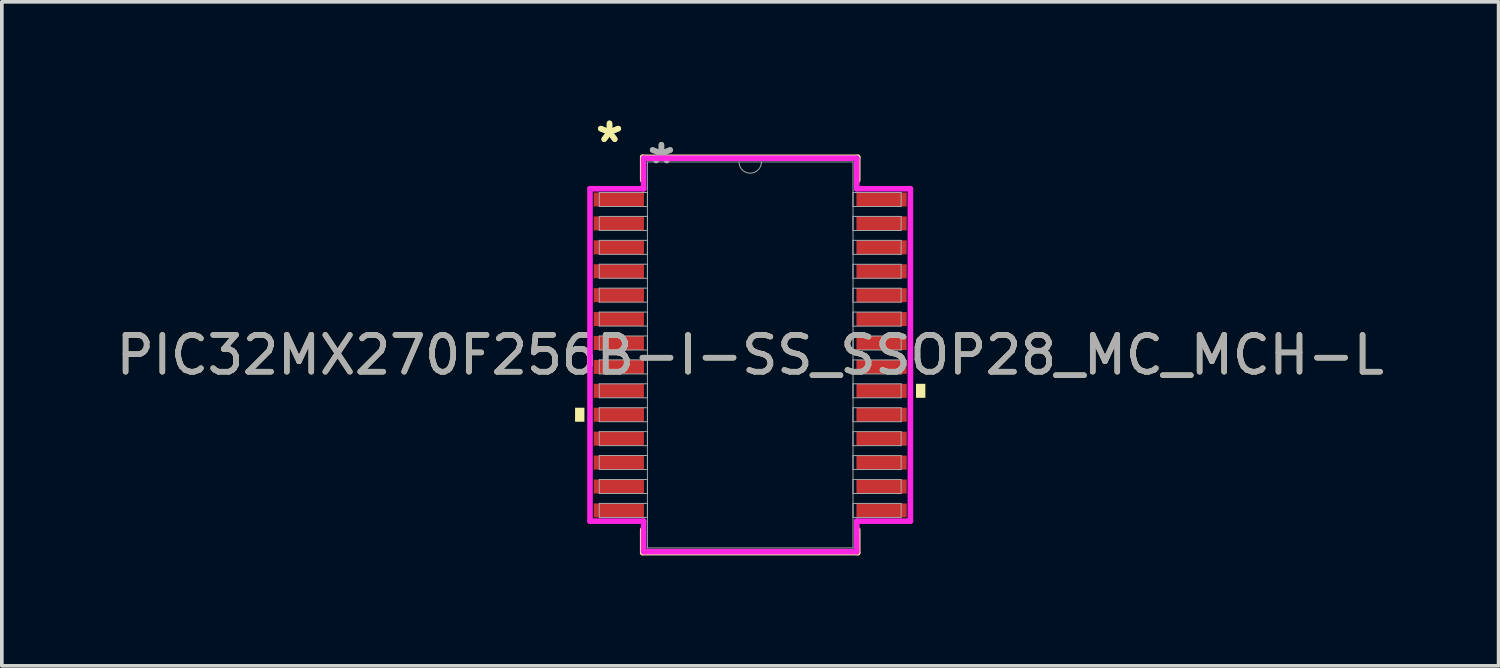
<source format=kicad_pcb>
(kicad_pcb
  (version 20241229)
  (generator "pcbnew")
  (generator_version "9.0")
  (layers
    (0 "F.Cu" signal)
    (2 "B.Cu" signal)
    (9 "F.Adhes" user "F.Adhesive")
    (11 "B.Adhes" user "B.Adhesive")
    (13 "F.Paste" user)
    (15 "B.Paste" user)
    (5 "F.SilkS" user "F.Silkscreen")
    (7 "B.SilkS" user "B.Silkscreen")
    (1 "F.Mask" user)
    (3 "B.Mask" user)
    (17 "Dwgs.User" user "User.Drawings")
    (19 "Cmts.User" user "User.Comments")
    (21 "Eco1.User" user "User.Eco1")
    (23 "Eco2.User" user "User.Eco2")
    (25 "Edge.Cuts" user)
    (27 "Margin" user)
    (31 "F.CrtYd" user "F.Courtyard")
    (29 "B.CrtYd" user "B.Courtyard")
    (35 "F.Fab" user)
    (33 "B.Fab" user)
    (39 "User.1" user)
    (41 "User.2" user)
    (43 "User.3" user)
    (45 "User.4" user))
  (footprint "PIC32MX270F256B-I-SS_SSOP28_MC_MCH-L"
    (layer "F.Cu")
    (at 17.339 6.597)
    (property "Reference" "PIC32MX270F256B-I-SS_SSOP28_MC_MCH-L" (at 0 0 0) (unlocked yes) (layer "F.SilkS") (effects (font (size 1 1) (thickness 0.15))))
    (attr smd)
    (fp_line (start -2.921 -5.372) (end -2.921 -4.748) (stroke (width 0.152) (type solid)) (layer "F.SilkS"))
    (fp_line (start -2.921 4.748) (end -2.921 5.372) (stroke (width 0.152) (type solid)) (layer "F.SilkS"))
    (fp_line (start -2.921 5.372) (end 2.921 5.372) (stroke (width 0.152) (type solid)) (layer "F.SilkS"))
    (fp_line (start 2.921 -5.372) (end -2.921 -5.372) (stroke (width 0.152) (type solid)) (layer "F.SilkS"))
    (fp_line (start 2.921 -4.748) (end 2.921 -5.372) (stroke (width 0.152) (type solid)) (layer "F.SilkS"))
    (fp_line (start 2.921 5.372) (end 2.921 4.748) (stroke (width 0.152) (type solid)) (layer "F.SilkS"))
    (fp_poly (pts (xy -4.76 1.434) (xy -4.76 1.815) (xy -4.506 1.815) (xy -4.506 1.434)) (stroke (width 0) (type solid)) (fill yes) (layer "F.SilkS"))
    (fp_poly (pts (xy 4.76 0.784) (xy 4.76 1.165) (xy 4.506 1.165) (xy 4.506 0.784)) (stroke (width 0) (type solid)) (fill yes) (layer "F.SilkS"))
    (fp_line (start -4.354 -4.517) (end -2.896 -4.517) (stroke (width 0.152) (type solid)) (layer "F.CrtYd"))
    (fp_line (start -4.354 4.517) (end -4.354 -4.517) (stroke (width 0.152) (type solid)) (layer "F.CrtYd"))
    (fp_line (start -4.354 4.517) (end -2.896 4.517) (stroke (width 0.152) (type solid)) (layer "F.CrtYd"))
    (fp_line (start -2.896 -5.347) (end 2.896 -5.347) (stroke (width 0.152) (type solid)) (layer "F.CrtYd"))
    (fp_line (start -2.896 -4.517) (end -2.896 -5.347) (stroke (width 0.152) (type solid)) (layer "F.CrtYd"))
    (fp_line (start -2.896 5.347) (end -2.896 4.517) (stroke (width 0.152) (type solid)) (layer "F.CrtYd"))
    (fp_line (start 2.896 -5.347) (end 2.896 -4.517) (stroke (width 0.152) (type solid)) (layer "F.CrtYd"))
    (fp_line (start 2.896 4.517) (end 2.896 5.347) (stroke (width 0.152) (type solid)) (layer "F.CrtYd"))
    (fp_line (start 2.896 5.347) (end -2.896 5.347) (stroke (width 0.152) (type solid)) (layer "F.CrtYd"))
    (fp_line (start 4.354 -4.517) (end 2.896 -4.517) (stroke (width 0.152) (type solid)) (layer "F.CrtYd"))
    (fp_line (start 4.354 -4.517) (end 4.354 4.517) (stroke (width 0.152) (type solid)) (layer "F.CrtYd"))
    (fp_line (start 4.354 4.517) (end 2.896 4.517) (stroke (width 0.152) (type solid)) (layer "F.CrtYd"))
    (fp_line (start -4.102 -4.415) (end -4.102 -4.035) (stroke (width 0.025) (type solid)) (layer "F.Fab"))
    (fp_line (start -4.102 -4.035) (end -2.794 -4.035) (stroke (width 0.025) (type solid)) (layer "F.Fab"))
    (fp_line (start -4.102 -3.765) (end -4.102 -3.385) (stroke (width 0.025) (type solid)) (layer "F.Fab"))
    (fp_line (start -4.102 -3.385) (end -2.794 -3.385) (stroke (width 0.025) (type solid)) (layer "F.Fab"))
    (fp_line (start -4.102 -3.115) (end -4.102 -2.735) (stroke (width 0.025) (type solid)) (layer "F.Fab"))
    (fp_line (start -4.102 -2.735) (end -2.794 -2.735) (stroke (width 0.025) (type solid)) (layer "F.Fab"))
    (fp_line (start -4.102 -2.466) (end -4.102 -2.084) (stroke (width 0.025) (type solid)) (layer "F.Fab"))
    (fp_line (start -4.102 -2.084) (end -2.794 -2.084) (stroke (width 0.025) (type solid)) (layer "F.Fab"))
    (fp_line (start -4.102 -1.816) (end -4.102 -1.435) (stroke (width 0.025) (type solid)) (layer "F.Fab"))
    (fp_line (start -4.102 -1.435) (end -2.794 -1.435) (stroke (width 0.025) (type solid)) (layer "F.Fab"))
    (fp_line (start -4.102 -1.166) (end -4.102 -0.785) (stroke (width 0.025) (type solid)) (layer "F.Fab"))
    (fp_line (start -4.102 -0.785) (end -2.794 -0.785) (stroke (width 0.025) (type solid)) (layer "F.Fab"))
    (fp_line (start -4.102 -0.516) (end -4.102 -0.135) (stroke (width 0.025) (type solid)) (layer "F.Fab"))
    (fp_line (start -4.102 -0.135) (end -2.794 -0.135) (stroke (width 0.025) (type solid)) (layer "F.Fab"))
    (fp_line (start -4.102 0.134) (end -4.102 0.515) (stroke (width 0.025) (type solid)) (layer "F.Fab"))
    (fp_line (start -4.102 0.515) (end -2.794 0.515) (stroke (width 0.025) (type solid)) (layer "F.Fab"))
    (fp_line (start -4.102 0.784) (end -4.102 1.165) (stroke (width 0.025) (type solid)) (layer "F.Fab"))
    (fp_line (start -4.102 1.165) (end -2.794 1.165) (stroke (width 0.025) (type solid)) (layer "F.Fab"))
    (fp_line (start -4.102 1.434) (end -4.102 1.815) (stroke (width 0.025) (type solid)) (layer "F.Fab"))
    (fp_line (start -4.102 1.815) (end -2.794 1.815) (stroke (width 0.025) (type solid)) (layer "F.Fab"))
    (fp_line (start -4.102 2.084) (end -4.102 2.465) (stroke (width 0.025) (type solid)) (layer "F.Fab"))
    (fp_line (start -4.102 2.465) (end -2.794 2.465) (stroke (width 0.025) (type solid)) (layer "F.Fab"))
    (fp_line (start -4.102 2.734) (end -4.102 3.115) (stroke (width 0.025) (type solid)) (layer "F.Fab"))
    (fp_line (start -4.102 3.115) (end -2.794 3.115) (stroke (width 0.025) (type solid)) (layer "F.Fab"))
    (fp_line (start -4.102 3.384) (end -4.102 3.765) (stroke (width 0.025) (type solid)) (layer "F.Fab"))
    (fp_line (start -4.102 3.765) (end -2.794 3.765) (stroke (width 0.025) (type solid)) (layer "F.Fab"))
    (fp_line (start -4.102 4.034) (end -4.102 4.415) (stroke (width 0.025) (type solid)) (layer "F.Fab"))
    (fp_line (start -4.102 4.415) (end -2.794 4.415) (stroke (width 0.025) (type solid)) (layer "F.Fab"))
    (fp_line (start -2.794 -5.245) (end -2.794 5.245) (stroke (width 0.025) (type solid)) (layer "F.Fab"))
    (fp_line (start -2.794 -4.415) (end -4.102 -4.415) (stroke (width 0.025) (type solid)) (layer "F.Fab"))
    (fp_line (start -2.794 -4.035) (end -2.794 -4.415) (stroke (width 0.025) (type solid)) (layer "F.Fab"))
    (fp_line (start -2.794 -3.765) (end -4.102 -3.765) (stroke (width 0.025) (type solid)) (layer "F.Fab"))
    (fp_line (start -2.794 -3.385) (end -2.794 -3.765) (stroke (width 0.025) (type solid)) (layer "F.Fab"))
    (fp_line (start -2.794 -3.115) (end -4.102 -3.115) (stroke (width 0.025) (type solid)) (layer "F.Fab"))
    (fp_line (start -2.794 -2.735) (end -2.794 -3.115) (stroke (width 0.025) (type solid)) (layer "F.Fab"))
    (fp_line (start -2.794 -2.466) (end -4.102 -2.466) (stroke (width 0.025) (type solid)) (layer "F.Fab"))
    (fp_line (start -2.794 -2.084) (end -2.794 -2.466) (stroke (width 0.025) (type solid)) (layer "F.Fab"))
    (fp_line (start -2.794 -1.816) (end -4.102 -1.816) (stroke (width 0.025) (type solid)) (layer "F.Fab"))
    (fp_line (start -2.794 -1.435) (end -2.794 -1.816) (stroke (width 0.025) (type solid)) (layer "F.Fab"))
    (fp_line (start -2.794 -1.166) (end -4.102 -1.166) (stroke (width 0.025) (type solid)) (layer "F.Fab"))
    (fp_line (start -2.794 -0.785) (end -2.794 -1.166) (stroke (width 0.025) (type solid)) (layer "F.Fab"))
    (fp_line (start -2.794 -0.516) (end -4.102 -0.516) (stroke (width 0.025) (type solid)) (layer "F.Fab"))
    (fp_line (start -2.794 -0.135) (end -2.794 -0.516) (stroke (width 0.025) (type solid)) (layer "F.Fab"))
    (fp_line (start -2.794 0.134) (end -4.102 0.134) (stroke (width 0.025) (type solid)) (layer "F.Fab"))
    (fp_line (start -2.794 0.515) (end -2.794 0.134) (stroke (width 0.025) (type solid)) (layer "F.Fab"))
    (fp_line (start -2.794 0.784) (end -4.102 0.784) (stroke (width 0.025) (type solid)) (layer "F.Fab"))
    (fp_line (start -2.794 1.165) (end -2.794 0.784) (stroke (width 0.025) (type solid)) (layer "F.Fab"))
    (fp_line (start -2.794 1.434) (end -4.102 1.434) (stroke (width 0.025) (type solid)) (layer "F.Fab"))
    (fp_line (start -2.794 1.815) (end -2.794 1.434) (stroke (width 0.025) (type solid)) (layer "F.Fab"))
    (fp_line (start -2.794 2.084) (end -4.102 2.084) (stroke (width 0.025) (type solid)) (layer "F.Fab"))
    (fp_line (start -2.794 2.465) (end -2.794 2.084) (stroke (width 0.025) (type solid)) (layer "F.Fab"))
    (fp_line (start -2.794 2.734) (end -4.102 2.734) (stroke (width 0.025) (type solid)) (layer "F.Fab"))
    (fp_line (start -2.794 3.115) (end -2.794 2.734) (stroke (width 0.025) (type solid)) (layer "F.Fab"))
    (fp_line (start -2.794 3.384) (end -4.102 3.384) (stroke (width 0.025) (type solid)) (layer "F.Fab"))
    (fp_line (start -2.794 3.765) (end -2.794 3.384) (stroke (width 0.025) (type solid)) (layer "F.Fab"))
    (fp_line (start -2.794 4.034) (end -4.102 4.034) (stroke (width 0.025) (type solid)) (layer "F.Fab"))
    (fp_line (start -2.794 4.415) (end -2.794 4.034) (stroke (width 0.025) (type solid)) (layer "F.Fab"))
    (fp_line (start -2.794 5.245) (end 2.794 5.245) (stroke (width 0.025) (type solid)) (layer "F.Fab"))
    (fp_line (start 2.794 -5.245) (end -2.794 -5.245) (stroke (width 0.025) (type solid)) (layer "F.Fab"))
    (fp_line (start 2.794 -4.415) (end 2.794 -4.034) (stroke (width 0.025) (type solid)) (layer "F.Fab"))
    (fp_line (start 2.794 -4.034) (end 4.102 -4.034) (stroke (width 0.025) (type solid)) (layer "F.Fab"))
    (fp_line (start 2.794 -3.765) (end 2.794 -3.384) (stroke (width 0.025) (type solid)) (layer "F.Fab"))
    (fp_line (start 2.794 -3.384) (end 4.102 -3.384) (stroke (width 0.025) (type solid)) (layer "F.Fab"))
    (fp_line (start 2.794 -3.115) (end 2.794 -2.734) (stroke (width 0.025) (type solid)) (layer "F.Fab"))
    (fp_line (start 2.794 -2.734) (end 4.102 -2.734) (stroke (width 0.025) (type solid)) (layer "F.Fab"))
    (fp_line (start 2.794 -2.465) (end 2.794 -2.084) (stroke (width 0.025) (type solid)) (layer "F.Fab"))
    (fp_line (start 2.794 -2.084) (end 4.102 -2.084) (stroke (width 0.025) (type solid)) (layer "F.Fab"))
    (fp_line (start 2.794 -1.815) (end 2.794 -1.434) (stroke (width 0.025) (type solid)) (layer "F.Fab"))
    (fp_line (start 2.794 -1.434) (end 4.102 -1.434) (stroke (width 0.025) (type solid)) (layer "F.Fab"))
    (fp_line (start 2.794 -1.165) (end 2.794 -0.784) (stroke (width 0.025) (type solid)) (layer "F.Fab"))
    (fp_line (start 2.794 -0.784) (end 4.102 -0.784) (stroke (width 0.025) (type solid)) (layer "F.Fab"))
    (fp_line (start 2.794 -0.515) (end 2.794 -0.134) (stroke (width 0.025) (type solid)) (layer "F.Fab"))
    (fp_line (start 2.794 -0.134) (end 4.102 -0.134) (stroke (width 0.025) (type solid)) (layer "F.Fab"))
    (fp_line (start 2.794 0.135) (end 2.794 0.516) (stroke (width 0.025) (type solid)) (layer "F.Fab"))
    (fp_line (start 2.794 0.516) (end 4.102 0.516) (stroke (width 0.025) (type solid)) (layer "F.Fab"))
    (fp_line (start 2.794 0.784) (end 2.794 1.165) (stroke (width 0.025) (type solid)) (layer "F.Fab"))
    (fp_line (start 2.794 1.165) (end 4.102 1.165) (stroke (width 0.025) (type solid)) (layer "F.Fab"))
    (fp_line (start 2.794 1.435) (end 2.794 1.815) (stroke (width 0.025) (type solid)) (layer "F.Fab"))
    (fp_line (start 2.794 1.815) (end 4.102 1.815) (stroke (width 0.025) (type solid)) (layer "F.Fab"))
    (fp_line (start 2.794 2.084) (end 2.794 2.466) (stroke (width 0.025) (type solid)) (layer "F.Fab"))
    (fp_line (start 2.794 2.466) (end 4.102 2.466) (stroke (width 0.025) (type solid)) (layer "F.Fab"))
    (fp_line (start 2.794 2.735) (end 2.794 3.115) (stroke (width 0.025) (type solid)) (layer "F.Fab"))
    (fp_line (start 2.794 3.115) (end 4.102 3.115) (stroke (width 0.025) (type solid)) (layer "F.Fab"))
    (fp_line (start 2.794 3.385) (end 2.794 3.765) (stroke (width 0.025) (type solid)) (layer "F.Fab"))
    (fp_line (start 2.794 3.765) (end 4.102 3.765) (stroke (width 0.025) (type solid)) (layer "F.Fab"))
    (fp_line (start 2.794 4.035) (end 2.794 4.415) (stroke (width 0.025) (type solid)) (layer "F.Fab"))
    (fp_line (start 2.794 4.415) (end 4.102 4.415) (stroke (width 0.025) (type solid)) (layer "F.Fab"))
    (fp_line (start 2.794 5.245) (end 2.794 -5.245) (stroke (width 0.025) (type solid)) (layer "F.Fab"))
    (fp_line (start 4.102 -4.415) (end 2.794 -4.415) (stroke (width 0.025) (type solid)) (layer "F.Fab"))
    (fp_line (start 4.102 -4.034) (end 4.102 -4.415) (stroke (width 0.025) (type solid)) (layer "F.Fab"))
    (fp_line (start 4.102 -3.765) (end 2.794 -3.765) (stroke (width 0.025) (type solid)) (layer "F.Fab"))
    (fp_line (start 4.102 -3.384) (end 4.102 -3.765) (stroke (width 0.025) (type solid)) (layer "F.Fab"))
    (fp_line (start 4.102 -3.115) (end 2.794 -3.115) (stroke (width 0.025) (type solid)) (layer "F.Fab"))
    (fp_line (start 4.102 -2.734) (end 4.102 -3.115) (stroke (width 0.025) (type solid)) (layer "F.Fab"))
    (fp_line (start 4.102 -2.465) (end 2.794 -2.465) (stroke (width 0.025) (type solid)) (layer "F.Fab"))
    (fp_line (start 4.102 -2.084) (end 4.102 -2.465) (stroke (width 0.025) (type solid)) (layer "F.Fab"))
    (fp_line (start 4.102 -1.815) (end 2.794 -1.815) (stroke (width 0.025) (type solid)) (layer "F.Fab"))
    (fp_line (start 4.102 -1.434) (end 4.102 -1.815) (stroke (width 0.025) (type solid)) (layer "F.Fab"))
    (fp_line (start 4.102 -1.165) (end 2.794 -1.165) (stroke (width 0.025) (type solid)) (layer "F.Fab"))
    (fp_line (start 4.102 -0.784) (end 4.102 -1.165) (stroke (width 0.025) (type solid)) (layer "F.Fab"))
    (fp_line (start 4.102 -0.515) (end 2.794 -0.515) (stroke (width 0.025) (type solid)) (layer "F.Fab"))
    (fp_line (start 4.102 -0.134) (end 4.102 -0.515) (stroke (width 0.025) (type solid)) (layer "F.Fab"))
    (fp_line (start 4.102 0.135) (end 2.794 0.135) (stroke (width 0.025) (type solid)) (layer "F.Fab"))
    (fp_line (start 4.102 0.516) (end 4.102 0.135) (stroke (width 0.025) (type solid)) (layer "F.Fab"))
    (fp_line (start 4.102 0.784) (end 2.794 0.784) (stroke (width 0.025) (type solid)) (layer "F.Fab"))
    (fp_line (start 4.102 1.165) (end 4.102 0.784) (stroke (width 0.025) (type solid)) (layer "F.Fab"))
    (fp_line (start 4.102 1.435) (end 2.794 1.435) (stroke (width 0.025) (type solid)) (layer "F.Fab"))
    (fp_line (start 4.102 1.815) (end 4.102 1.435) (stroke (width 0.025) (type solid)) (layer "F.Fab"))
    (fp_line (start 4.102 2.084) (end 2.794 2.084) (stroke (width 0.025) (type solid)) (layer "F.Fab"))
    (fp_line (start 4.102 2.466) (end 4.102 2.084) (stroke (width 0.025) (type solid)) (layer "F.Fab"))
    (fp_line (start 4.102 2.735) (end 2.794 2.735) (stroke (width 0.025) (type solid)) (layer "F.Fab"))
    (fp_line (start 4.102 3.115) (end 4.102 2.735) (stroke (width 0.025) (type solid)) (layer "F.Fab"))
    (fp_line (start 4.102 3.385) (end 2.794 3.385) (stroke (width 0.025) (type solid)) (layer "F.Fab"))
    (fp_line (start 4.102 3.765) (end 4.102 3.385) (stroke (width 0.025) (type solid)) (layer "F.Fab"))
    (fp_line (start 4.102 4.035) (end 2.794 4.035) (stroke (width 0.025) (type solid)) (layer "F.Fab"))
    (fp_line (start 4.102 4.415) (end 4.102 4.035) (stroke (width 0.025) (type solid)) (layer "F.Fab"))
    (fp_arc (start 0.3048 -5.2451) (mid 0 -4.9403) (end -0.3048 -5.2451) (stroke (width 0.0254) (type solid)) (layer "F.Fab"))
    (fp_text user "*" (at -3.824 -5.749 0) (unlocked yes) (layer "F.SilkS") (effects (font (size 1 1) (thickness 0.15))))
    (fp_text user "*" (at -3.824 -5.749 0) (layer "F.SilkS") (effects (font (size 1 1) (thickness 0.15))))
    (fp_text user "${REFERENCE}" (at 0 0 0) (unlocked yes) (layer "F.Fab") (effects (font (size 1 1) (thickness 0.15))))
    (fp_text user "*" (at -2.413 -5.169 0) (layer "F.Fab") (effects (font (size 1 1) (thickness 0.15))))
    (fp_text user "*" (at -2.413 -5.169 0) (unlocked yes) (layer "F.Fab") (effects (font (size 1 1) (thickness 0.15))))
    (pad "1" smd rect (at -3.57 -4.225) (size 1.365 0.381) (layers "F.Cu" "F.Mask" "F.Paste"))
    (pad "2" smd rect (at -3.57 -3.575) (size 1.365 0.381) (layers "F.Cu" "F.Mask" "F.Paste"))
    (pad "3" smd rect (at -3.57 -2.925) (size 1.365 0.381) (layers "F.Cu" "F.Mask" "F.Paste"))
    (pad "4" smd rect (at -3.57 -2.275) (size 1.365 0.381) (layers "F.Cu" "F.Mask" "F.Paste"))
    (pad "5" smd rect (at -3.57 -1.625) (size 1.365 0.381) (layers "F.Cu" "F.Mask" "F.Paste"))
    (pad "6" smd rect (at -3.57 -0.975) (size 1.365 0.381) (layers "F.Cu" "F.Mask" "F.Paste"))
    (pad "7" smd rect (at -3.57 -0.325) (size 1.365 0.381) (layers "F.Cu" "F.Mask" "F.Paste"))
    (pad "8" smd rect (at -3.57 0.325) (size 1.365 0.381) (layers "F.Cu" "F.Mask" "F.Paste"))
    (pad "9" smd rect (at -3.57 0.975) (size 1.365 0.381) (layers "F.Cu" "F.Mask" "F.Paste"))
    (pad "10" smd rect (at -3.57 1.625) (size 1.365 0.381) (layers "F.Cu" "F.Mask" "F.Paste"))
    (pad "11" smd rect (at -3.57 2.275) (size 1.365 0.381) (layers "F.Cu" "F.Mask" "F.Paste"))
    (pad "12" smd rect (at -3.57 2.925) (size 1.365 0.381) (layers "F.Cu" "F.Mask" "F.Paste"))
    (pad "13" smd rect (at -3.57 3.575) (size 1.365 0.381) (layers "F.Cu" "F.Mask" "F.Paste"))
    (pad "14" smd rect (at -3.57 4.225) (size 1.365 0.381) (layers "F.Cu" "F.Mask" "F.Paste"))
    (pad "15" smd rect (at 3.57 4.225) (size 1.365 0.381) (layers "F.Cu" "F.Mask" "F.Paste"))
    (pad "16" smd rect (at 3.57 3.575) (size 1.365 0.381) (layers "F.Cu" "F.Mask" "F.Paste"))
    (pad "17" smd rect (at 3.57 2.925) (size 1.365 0.381) (layers "F.Cu" "F.Mask" "F.Paste"))
    (pad "18" smd rect (at 3.57 2.275) (size 1.365 0.381) (layers "F.Cu" "F.Mask" "F.Paste"))
    (pad "19" smd rect (at 3.57 1.625) (size 1.365 0.381) (layers "F.Cu" "F.Mask" "F.Paste"))
    (pad "20" smd rect (at 3.57 0.975) (size 1.365 0.381) (layers "F.Cu" "F.Mask" "F.Paste"))
    (pad "21" smd rect (at 3.57 0.325) (size 1.365 0.381) (layers "F.Cu" "F.Mask" "F.Paste"))
    (pad "22" smd rect (at 3.57 -0.325) (size 1.365 0.381) (layers "F.Cu" "F.Mask" "F.Paste"))
    (pad "23" smd rect (at 3.57 -0.975) (size 1.365 0.381) (layers "F.Cu" "F.Mask" "F.Paste"))
    (pad "24" smd rect (at 3.57 -1.625) (size 1.365 0.381) (layers "F.Cu" "F.Mask" "F.Paste"))
    (pad "25" smd rect (at 3.57 -2.275) (size 1.365 0.381) (layers "F.Cu" "F.Mask" "F.Paste"))
    (pad "26" smd rect (at 3.57 -2.925) (size 1.365 0.381) (layers "F.Cu" "F.Mask" "F.Paste"))
    (pad "27" smd rect (at 3.57 -3.575) (size 1.365 0.381) (layers "F.Cu" "F.Mask" "F.Paste"))
    (pad "28" smd rect (at 3.57 -4.225) (size 1.365 0.381) (layers "F.Cu" "F.Mask" "F.Paste")))
  (gr_rect
    (start -3 -3)
    (end 37.679 15.046)
    (stroke (width 0.1) (type default))
    (fill no)
    (layer "Edge.Cuts")))
</source>
